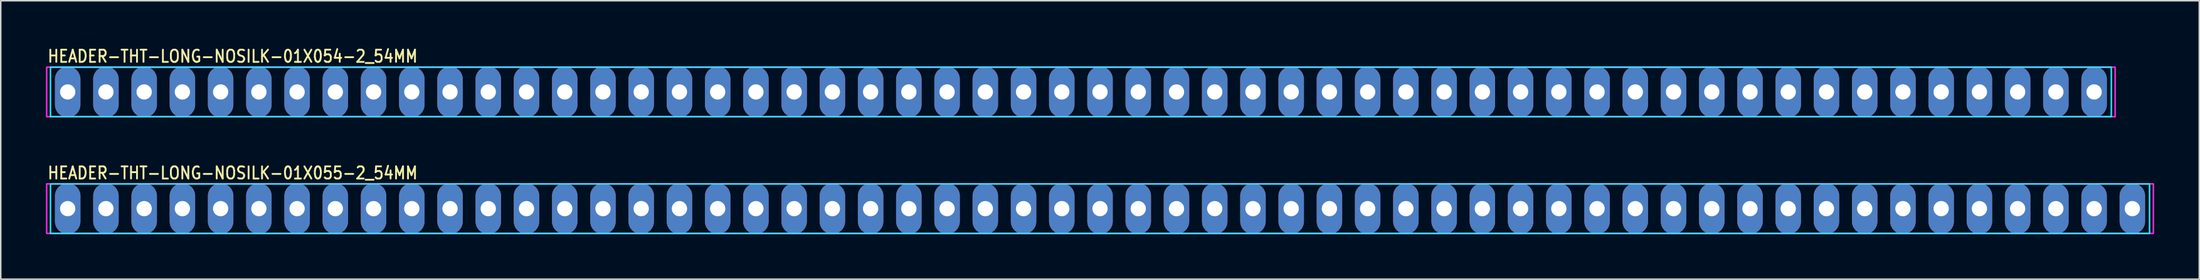
<source format=kicad_pcb>
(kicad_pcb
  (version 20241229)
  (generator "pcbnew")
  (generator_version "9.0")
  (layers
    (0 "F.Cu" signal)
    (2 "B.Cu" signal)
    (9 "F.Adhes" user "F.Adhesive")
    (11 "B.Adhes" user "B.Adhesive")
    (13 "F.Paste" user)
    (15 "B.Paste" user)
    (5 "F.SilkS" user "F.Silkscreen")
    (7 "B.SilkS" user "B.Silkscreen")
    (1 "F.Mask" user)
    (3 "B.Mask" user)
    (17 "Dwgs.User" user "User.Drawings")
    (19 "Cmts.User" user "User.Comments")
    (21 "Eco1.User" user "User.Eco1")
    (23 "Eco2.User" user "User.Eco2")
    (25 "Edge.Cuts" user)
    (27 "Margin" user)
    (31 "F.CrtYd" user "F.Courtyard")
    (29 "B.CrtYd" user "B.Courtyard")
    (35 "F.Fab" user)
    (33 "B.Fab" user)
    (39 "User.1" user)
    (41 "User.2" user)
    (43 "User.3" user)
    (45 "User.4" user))
  (footprint "HEADER-THT-LONG-NOSILK-01X054-2_54MM"
    (layer "F.Cu")
    (at 1.447 3.079)
    (property "Reference" "HEADER-THT-LONG-NOSILK-01X054-2_54MM" (at -1.4 -1.9 0) (unlocked yes) (layer "F.SilkS") (effects (font (size 0.813 0.695) (thickness 0.122)) (justify left bottom)))
    (fp_poly (pts (xy -1.143 -1.651) (xy 135.763 -1.651) (xy 135.763 1.651) (xy -1.143 1.651)) (stroke (width 0.1) (type solid)) (fill no) (layer "B.CrtYd"))
    (fp_poly (pts (xy -1.397 -1.651) (xy 136.017 -1.651) (xy 136.017 1.651) (xy -1.397 1.651)) (stroke (width 0.1) (type solid)) (fill no) (layer "F.CrtYd"))
    (pad "1" thru_hole oval (at 0 0 90) (size 3.387 1.693) (drill 1.016) (layers "*.Cu" "*.Mask"))
    (pad "2" thru_hole oval (at 2.54 0 90) (size 3.387 1.693) (drill 1.016) (layers "*.Cu" "*.Mask"))
    (pad "3" thru_hole oval (at 5.08 0 90) (size 3.387 1.693) (drill 1.016) (layers "*.Cu" "*.Mask"))
    (pad "4" thru_hole oval (at 7.62 0 90) (size 3.387 1.693) (drill 1.016) (layers "*.Cu" "*.Mask"))
    (pad "5" thru_hole oval (at 10.16 0 90) (size 3.387 1.693) (drill 1.016) (layers "*.Cu" "*.Mask"))
    (pad "6" thru_hole oval (at 12.7 0 90) (size 3.387 1.693) (drill 1.016) (layers "*.Cu" "*.Mask"))
    (pad "7" thru_hole oval (at 15.24 0 90) (size 3.387 1.693) (drill 1.016) (layers "*.Cu" "*.Mask"))
    (pad "8" thru_hole oval (at 17.78 0 90) (size 3.387 1.693) (drill 1.016) (layers "*.Cu" "*.Mask"))
    (pad "9" thru_hole oval (at 20.32 0 90) (size 3.387 1.693) (drill 1.016) (layers "*.Cu" "*.Mask"))
    (pad "10" thru_hole oval (at 22.86 0 90) (size 3.387 1.693) (drill 1.016) (layers "*.Cu" "*.Mask"))
    (pad "11" thru_hole oval (at 25.4 0 90) (size 3.387 1.693) (drill 1.016) (layers "*.Cu" "*.Mask"))
    (pad "12" thru_hole oval (at 27.94 0 90) (size 3.387 1.693) (drill 1.016) (layers "*.Cu" "*.Mask"))
    (pad "13" thru_hole oval (at 30.48 0 90) (size 3.387 1.693) (drill 1.016) (layers "*.Cu" "*.Mask"))
    (pad "14" thru_hole oval (at 33.02 0 90) (size 3.387 1.693) (drill 1.016) (layers "*.Cu" "*.Mask"))
    (pad "15" thru_hole oval (at 35.56 0 90) (size 3.387 1.693) (drill 1.016) (layers "*.Cu" "*.Mask"))
    (pad "16" thru_hole oval (at 38.1 0 90) (size 3.387 1.693) (drill 1.016) (layers "*.Cu" "*.Mask"))
    (pad "17" thru_hole oval (at 40.64 0 90) (size 3.387 1.693) (drill 1.016) (layers "*.Cu" "*.Mask"))
    (pad "18" thru_hole oval (at 43.18 0 90) (size 3.387 1.693) (drill 1.016) (layers "*.Cu" "*.Mask"))
    (pad "19" thru_hole oval (at 45.72 0 90) (size 3.387 1.693) (drill 1.016) (layers "*.Cu" "*.Mask"))
    (pad "20" thru_hole oval (at 48.26 0 90) (size 3.387 1.693) (drill 1.016) (layers "*.Cu" "*.Mask"))
    (pad "21" thru_hole oval (at 50.8 0 90) (size 3.387 1.693) (drill 1.016) (layers "*.Cu" "*.Mask"))
    (pad "22" thru_hole oval (at 53.34 0 90) (size 3.387 1.693) (drill 1.016) (layers "*.Cu" "*.Mask"))
    (pad "23" thru_hole oval (at 55.88 0 90) (size 3.387 1.693) (drill 1.016) (layers "*.Cu" "*.Mask"))
    (pad "24" thru_hole oval (at 58.42 0 90) (size 3.387 1.693) (drill 1.016) (layers "*.Cu" "*.Mask"))
    (pad "25" thru_hole oval (at 60.96 0 90) (size 3.387 1.693) (drill 1.016) (layers "*.Cu" "*.Mask"))
    (pad "26" thru_hole oval (at 63.5 0 90) (size 3.387 1.693) (drill 1.016) (layers "*.Cu" "*.Mask"))
    (pad "27" thru_hole oval (at 66.04 0 90) (size 3.387 1.693) (drill 1.016) (layers "*.Cu" "*.Mask"))
    (pad "28" thru_hole oval (at 68.58 0 90) (size 3.387 1.693) (drill 1.016) (layers "*.Cu" "*.Mask"))
    (pad "29" thru_hole oval (at 71.12 0 90) (size 3.387 1.693) (drill 1.016) (layers "*.Cu" "*.Mask"))
    (pad "30" thru_hole oval (at 73.66 0 90) (size 3.387 1.693) (drill 1.016) (layers "*.Cu" "*.Mask"))
    (pad "31" thru_hole oval (at 76.2 0 90) (size 3.387 1.693) (drill 1.016) (layers "*.Cu" "*.Mask"))
    (pad "32" thru_hole oval (at 78.74 0 90) (size 3.387 1.693) (drill 1.016) (layers "*.Cu" "*.Mask"))
    (pad "33" thru_hole oval (at 81.28 0 90) (size 3.387 1.693) (drill 1.016) (layers "*.Cu" "*.Mask"))
    (pad "34" thru_hole oval (at 83.82 0 90) (size 3.387 1.693) (drill 1.016) (layers "*.Cu" "*.Mask"))
    (pad "35" thru_hole oval (at 86.36 0 90) (size 3.387 1.693) (drill 1.016) (layers "*.Cu" "*.Mask"))
    (pad "36" thru_hole oval (at 88.9 0 90) (size 3.387 1.693) (drill 1.016) (layers "*.Cu" "*.Mask"))
    (pad "37" thru_hole oval (at 91.44 0 90) (size 3.387 1.693) (drill 1.016) (layers "*.Cu" "*.Mask"))
    (pad "38" thru_hole oval (at 93.98 0 90) (size 3.387 1.693) (drill 1.016) (layers "*.Cu" "*.Mask"))
    (pad "39" thru_hole oval (at 96.52 0 90) (size 3.387 1.693) (drill 1.016) (layers "*.Cu" "*.Mask"))
    (pad "40" thru_hole oval (at 99.06 0 90) (size 3.387 1.693) (drill 1.016) (layers "*.Cu" "*.Mask"))
    (pad "41" thru_hole oval (at 101.6 0 90) (size 3.387 1.693) (drill 1.016) (layers "*.Cu" "*.Mask"))
    (pad "42" thru_hole oval (at 104.14 0 90) (size 3.387 1.693) (drill 1.016) (layers "*.Cu" "*.Mask"))
    (pad "43" thru_hole oval (at 106.68 0 90) (size 3.387 1.693) (drill 1.016) (layers "*.Cu" "*.Mask"))
    (pad "44" thru_hole oval (at 109.22 0 90) (size 3.387 1.693) (drill 1.016) (layers "*.Cu" "*.Mask"))
    (pad "45" thru_hole oval (at 111.76 0 90) (size 3.387 1.693) (drill 1.016) (layers "*.Cu" "*.Mask"))
    (pad "46" thru_hole oval (at 114.3 0 90) (size 3.387 1.693) (drill 1.016) (layers "*.Cu" "*.Mask"))
    (pad "47" thru_hole oval (at 116.84 0 90) (size 3.387 1.693) (drill 1.016) (layers "*.Cu" "*.Mask"))
    (pad "48" thru_hole oval (at 119.38 0 90) (size 3.387 1.693) (drill 1.016) (layers "*.Cu" "*.Mask"))
    (pad "49" thru_hole oval (at 121.92 0 90) (size 3.387 1.693) (drill 1.016) (layers "*.Cu" "*.Mask"))
    (pad "50" thru_hole oval (at 124.46 0 90) (size 3.387 1.693) (drill 1.016) (layers "*.Cu" "*.Mask"))
    (pad "51" thru_hole oval (at 127 0 90) (size 3.387 1.693) (drill 1.016) (layers "*.Cu" "*.Mask"))
    (pad "52" thru_hole oval (at 129.54 0 90) (size 3.387 1.693) (drill 1.016) (layers "*.Cu" "*.Mask"))
    (pad "53" thru_hole oval (at 132.08 0 90) (size 3.387 1.693) (drill 1.016) (layers "*.Cu" "*.Mask"))
    (pad "54" thru_hole oval (at 134.62 0 90) (size 3.387 1.693) (drill 1.016) (layers "*.Cu" "*.Mask")))
  (footprint "HEADER-THT-LONG-NOSILK-01X055-2_54MM"
    (layer "F.Cu")
    (at 1.447 10.858)
    (property "Reference" "HEADER-THT-LONG-NOSILK-01X055-2_54MM" (at -1.4 -1.9 0) (unlocked yes) (layer "F.SilkS") (effects (font (size 0.813 0.695) (thickness 0.122)) (justify left bottom)))
    (fp_poly (pts (xy -1.143 -1.651) (xy 138.303 -1.651) (xy 138.303 1.651) (xy -1.143 1.651)) (stroke (width 0.1) (type solid)) (fill no) (layer "B.CrtYd"))
    (fp_poly (pts (xy -1.397 -1.651) (xy 138.557 -1.651) (xy 138.557 1.651) (xy -1.397 1.651)) (stroke (width 0.1) (type solid)) (fill no) (layer "F.CrtYd"))
    (pad "1" thru_hole oval (at 0 0 90) (size 3.387 1.693) (drill 1.016) (layers "*.Cu" "*.Mask"))
    (pad "2" thru_hole oval (at 2.54 0 90) (size 3.387 1.693) (drill 1.016) (layers "*.Cu" "*.Mask"))
    (pad "3" thru_hole oval (at 5.08 0 90) (size 3.387 1.693) (drill 1.016) (layers "*.Cu" "*.Mask"))
    (pad "4" thru_hole oval (at 7.62 0 90) (size 3.387 1.693) (drill 1.016) (layers "*.Cu" "*.Mask"))
    (pad "5" thru_hole oval (at 10.16 0 90) (size 3.387 1.693) (drill 1.016) (layers "*.Cu" "*.Mask"))
    (pad "6" thru_hole oval (at 12.7 0 90) (size 3.387 1.693) (drill 1.016) (layers "*.Cu" "*.Mask"))
    (pad "7" thru_hole oval (at 15.24 0 90) (size 3.387 1.693) (drill 1.016) (layers "*.Cu" "*.Mask"))
    (pad "8" thru_hole oval (at 17.78 0 90) (size 3.387 1.693) (drill 1.016) (layers "*.Cu" "*.Mask"))
    (pad "9" thru_hole oval (at 20.32 0 90) (size 3.387 1.693) (drill 1.016) (layers "*.Cu" "*.Mask"))
    (pad "10" thru_hole oval (at 22.86 0 90) (size 3.387 1.693) (drill 1.016) (layers "*.Cu" "*.Mask"))
    (pad "11" thru_hole oval (at 25.4 0 90) (size 3.387 1.693) (drill 1.016) (layers "*.Cu" "*.Mask"))
    (pad "12" thru_hole oval (at 27.94 0 90) (size 3.387 1.693) (drill 1.016) (layers "*.Cu" "*.Mask"))
    (pad "13" thru_hole oval (at 30.48 0 90) (size 3.387 1.693) (drill 1.016) (layers "*.Cu" "*.Mask"))
    (pad "14" thru_hole oval (at 33.02 0 90) (size 3.387 1.693) (drill 1.016) (layers "*.Cu" "*.Mask"))
    (pad "15" thru_hole oval (at 35.56 0 90) (size 3.387 1.693) (drill 1.016) (layers "*.Cu" "*.Mask"))
    (pad "16" thru_hole oval (at 38.1 0 90) (size 3.387 1.693) (drill 1.016) (layers "*.Cu" "*.Mask"))
    (pad "17" thru_hole oval (at 40.64 0 90) (size 3.387 1.693) (drill 1.016) (layers "*.Cu" "*.Mask"))
    (pad "18" thru_hole oval (at 43.18 0 90) (size 3.387 1.693) (drill 1.016) (layers "*.Cu" "*.Mask"))
    (pad "19" thru_hole oval (at 45.72 0 90) (size 3.387 1.693) (drill 1.016) (layers "*.Cu" "*.Mask"))
    (pad "20" thru_hole oval (at 48.26 0 90) (size 3.387 1.693) (drill 1.016) (layers "*.Cu" "*.Mask"))
    (pad "21" thru_hole oval (at 50.8 0 90) (size 3.387 1.693) (drill 1.016) (layers "*.Cu" "*.Mask"))
    (pad "22" thru_hole oval (at 53.34 0 90) (size 3.387 1.693) (drill 1.016) (layers "*.Cu" "*.Mask"))
    (pad "23" thru_hole oval (at 55.88 0 90) (size 3.387 1.693) (drill 1.016) (layers "*.Cu" "*.Mask"))
    (pad "24" thru_hole oval (at 58.42 0 90) (size 3.387 1.693) (drill 1.016) (layers "*.Cu" "*.Mask"))
    (pad "25" thru_hole oval (at 60.96 0 90) (size 3.387 1.693) (drill 1.016) (layers "*.Cu" "*.Mask"))
    (pad "26" thru_hole oval (at 63.5 0 90) (size 3.387 1.693) (drill 1.016) (layers "*.Cu" "*.Mask"))
    (pad "27" thru_hole oval (at 66.04 0 90) (size 3.387 1.693) (drill 1.016) (layers "*.Cu" "*.Mask"))
    (pad "28" thru_hole oval (at 68.58 0 90) (size 3.387 1.693) (drill 1.016) (layers "*.Cu" "*.Mask"))
    (pad "29" thru_hole oval (at 71.12 0 90) (size 3.387 1.693) (drill 1.016) (layers "*.Cu" "*.Mask"))
    (pad "30" thru_hole oval (at 73.66 0 90) (size 3.387 1.693) (drill 1.016) (layers "*.Cu" "*.Mask"))
    (pad "31" thru_hole oval (at 76.2 0 90) (size 3.387 1.693) (drill 1.016) (layers "*.Cu" "*.Mask"))
    (pad "32" thru_hole oval (at 78.74 0 90) (size 3.387 1.693) (drill 1.016) (layers "*.Cu" "*.Mask"))
    (pad "33" thru_hole oval (at 81.28 0 90) (size 3.387 1.693) (drill 1.016) (layers "*.Cu" "*.Mask"))
    (pad "34" thru_hole oval (at 83.82 0 90) (size 3.387 1.693) (drill 1.016) (layers "*.Cu" "*.Mask"))
    (pad "35" thru_hole oval (at 86.36 0 90) (size 3.387 1.693) (drill 1.016) (layers "*.Cu" "*.Mask"))
    (pad "36" thru_hole oval (at 88.9 0 90) (size 3.387 1.693) (drill 1.016) (layers "*.Cu" "*.Mask"))
    (pad "37" thru_hole oval (at 91.44 0 90) (size 3.387 1.693) (drill 1.016) (layers "*.Cu" "*.Mask"))
    (pad "38" thru_hole oval (at 93.98 0 90) (size 3.387 1.693) (drill 1.016) (layers "*.Cu" "*.Mask"))
    (pad "39" thru_hole oval (at 96.52 0 90) (size 3.387 1.693) (drill 1.016) (layers "*.Cu" "*.Mask"))
    (pad "40" thru_hole oval (at 99.06 0 90) (size 3.387 1.693) (drill 1.016) (layers "*.Cu" "*.Mask"))
    (pad "41" thru_hole oval (at 101.6 0 90) (size 3.387 1.693) (drill 1.016) (layers "*.Cu" "*.Mask"))
    (pad "42" thru_hole oval (at 104.14 0 90) (size 3.387 1.693) (drill 1.016) (layers "*.Cu" "*.Mask"))
    (pad "43" thru_hole oval (at 106.68 0 90) (size 3.387 1.693) (drill 1.016) (layers "*.Cu" "*.Mask"))
    (pad "44" thru_hole oval (at 109.22 0 90) (size 3.387 1.693) (drill 1.016) (layers "*.Cu" "*.Mask"))
    (pad "45" thru_hole oval (at 111.76 0 90) (size 3.387 1.693) (drill 1.016) (layers "*.Cu" "*.Mask"))
    (pad "46" thru_hole oval (at 114.3 0 90) (size 3.387 1.693) (drill 1.016) (layers "*.Cu" "*.Mask"))
    (pad "47" thru_hole oval (at 116.84 0 90) (size 3.387 1.693) (drill 1.016) (layers "*.Cu" "*.Mask"))
    (pad "48" thru_hole oval (at 119.38 0 90) (size 3.387 1.693) (drill 1.016) (layers "*.Cu" "*.Mask"))
    (pad "49" thru_hole oval (at 121.92 0 90) (size 3.387 1.693) (drill 1.016) (layers "*.Cu" "*.Mask"))
    (pad "50" thru_hole oval (at 124.46 0 90) (size 3.387 1.693) (drill 1.016) (layers "*.Cu" "*.Mask"))
    (pad "51" thru_hole oval (at 127 0 90) (size 3.387 1.693) (drill 1.016) (layers "*.Cu" "*.Mask"))
    (pad "52" thru_hole oval (at 129.54 0 90) (size 3.387 1.693) (drill 1.016) (layers "*.Cu" "*.Mask"))
    (pad "53" thru_hole oval (at 132.08 0 90) (size 3.387 1.693) (drill 1.016) (layers "*.Cu" "*.Mask"))
    (pad "54" thru_hole oval (at 134.62 0 90) (size 3.387 1.693) (drill 1.016) (layers "*.Cu" "*.Mask"))
    (pad "55" thru_hole oval (at 137.16 0 90) (size 3.387 1.693) (drill 1.016) (layers "*.Cu" "*.Mask")))
  (gr_rect
    (start -3 -3)
    (end 143.054 15.559)
    (stroke (width 0.1) (type default))
    (fill no)
    (layer "Edge.Cuts")))
</source>
